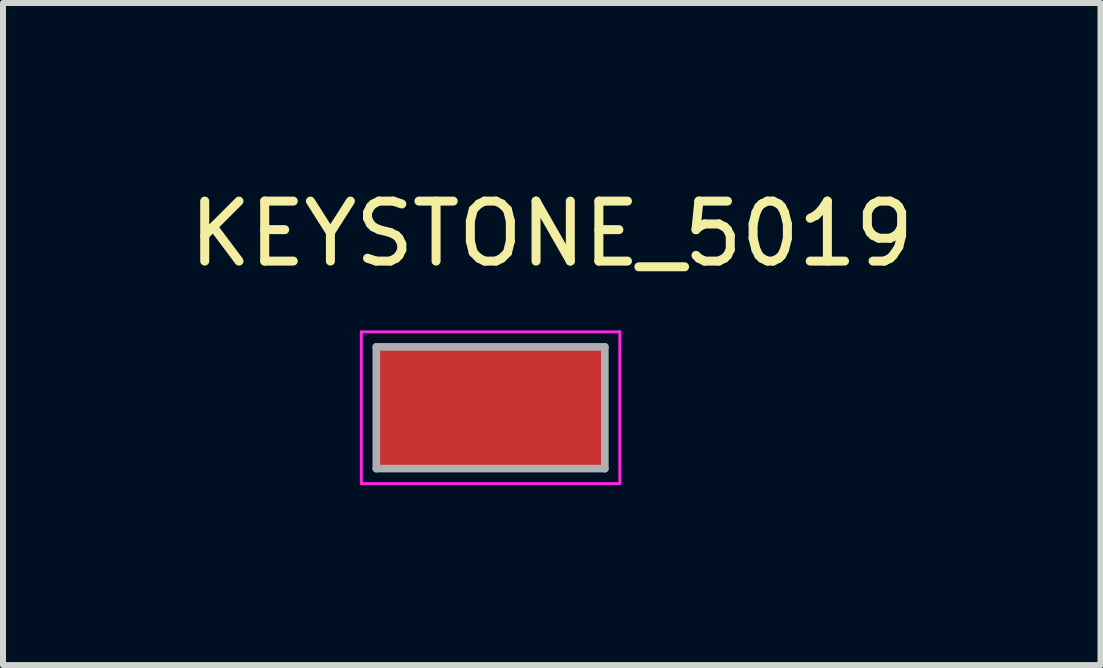
<source format=kicad_pcb>
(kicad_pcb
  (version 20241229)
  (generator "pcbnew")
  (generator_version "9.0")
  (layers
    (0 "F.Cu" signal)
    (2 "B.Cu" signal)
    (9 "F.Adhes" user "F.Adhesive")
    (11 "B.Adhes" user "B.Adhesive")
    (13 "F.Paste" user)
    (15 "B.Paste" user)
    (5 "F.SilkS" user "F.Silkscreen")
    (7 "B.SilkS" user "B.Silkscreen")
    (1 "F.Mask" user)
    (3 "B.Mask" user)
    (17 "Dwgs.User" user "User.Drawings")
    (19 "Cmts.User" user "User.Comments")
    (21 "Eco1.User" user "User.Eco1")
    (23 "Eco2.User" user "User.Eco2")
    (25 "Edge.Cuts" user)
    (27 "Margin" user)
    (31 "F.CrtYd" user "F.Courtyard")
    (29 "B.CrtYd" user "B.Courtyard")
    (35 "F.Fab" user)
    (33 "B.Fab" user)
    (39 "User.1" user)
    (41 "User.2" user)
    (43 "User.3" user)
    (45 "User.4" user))
  (footprint "KEYSTONE_5019"
    (layer "F.Cu")
    (at 5.129 3.748)
    (property "Reference" "KEYSTONE_5019" (at 1.02 -2.9 0) (layer "F.SilkS") (effects (font (size 1 1) (thickness 0.15))))
    (attr smd)
    (fp_line (start -2.155 -1.265) (end -2.155 1.265) (stroke (width 0.05) (type solid)) (layer "F.CrtYd"))
    (fp_line (start -2.155 1.265) (end 2.155 1.265) (stroke (width 0.05) (type solid)) (layer "F.CrtYd"))
    (fp_line (start 2.155 -1.265) (end -2.155 -1.265) (stroke (width 0.05) (type solid)) (layer "F.CrtYd"))
    (fp_line (start 2.155 1.265) (end 2.155 -1.265) (stroke (width 0.05) (type solid)) (layer "F.CrtYd"))
    (fp_line (start -1.905 -1.015) (end -1.905 1.015) (stroke (width 0.127) (type solid)) (layer "F.Fab"))
    (fp_line (start -1.905 1.015) (end 1.905 1.015) (stroke (width 0.127) (type solid)) (layer "F.Fab"))
    (fp_line (start 1.905 -1.015) (end -1.905 -1.015) (stroke (width 0.127) (type solid)) (layer "F.Fab"))
    (fp_line (start 1.905 1.015) (end 1.905 -1.015) (stroke (width 0.127) (type solid)) (layer "F.Fab"))
    (pad "TP" smd rect (at 0 0) (size 3.8 2.03) (layers "F.Cu" "F.Mask" "F.Paste")))
  (gr_rect
    (start -3 -3)
    (end 15.298 8.038)
    (stroke (width 0.1) (type default))
    (fill no)
    (layer "Edge.Cuts")))
</source>
